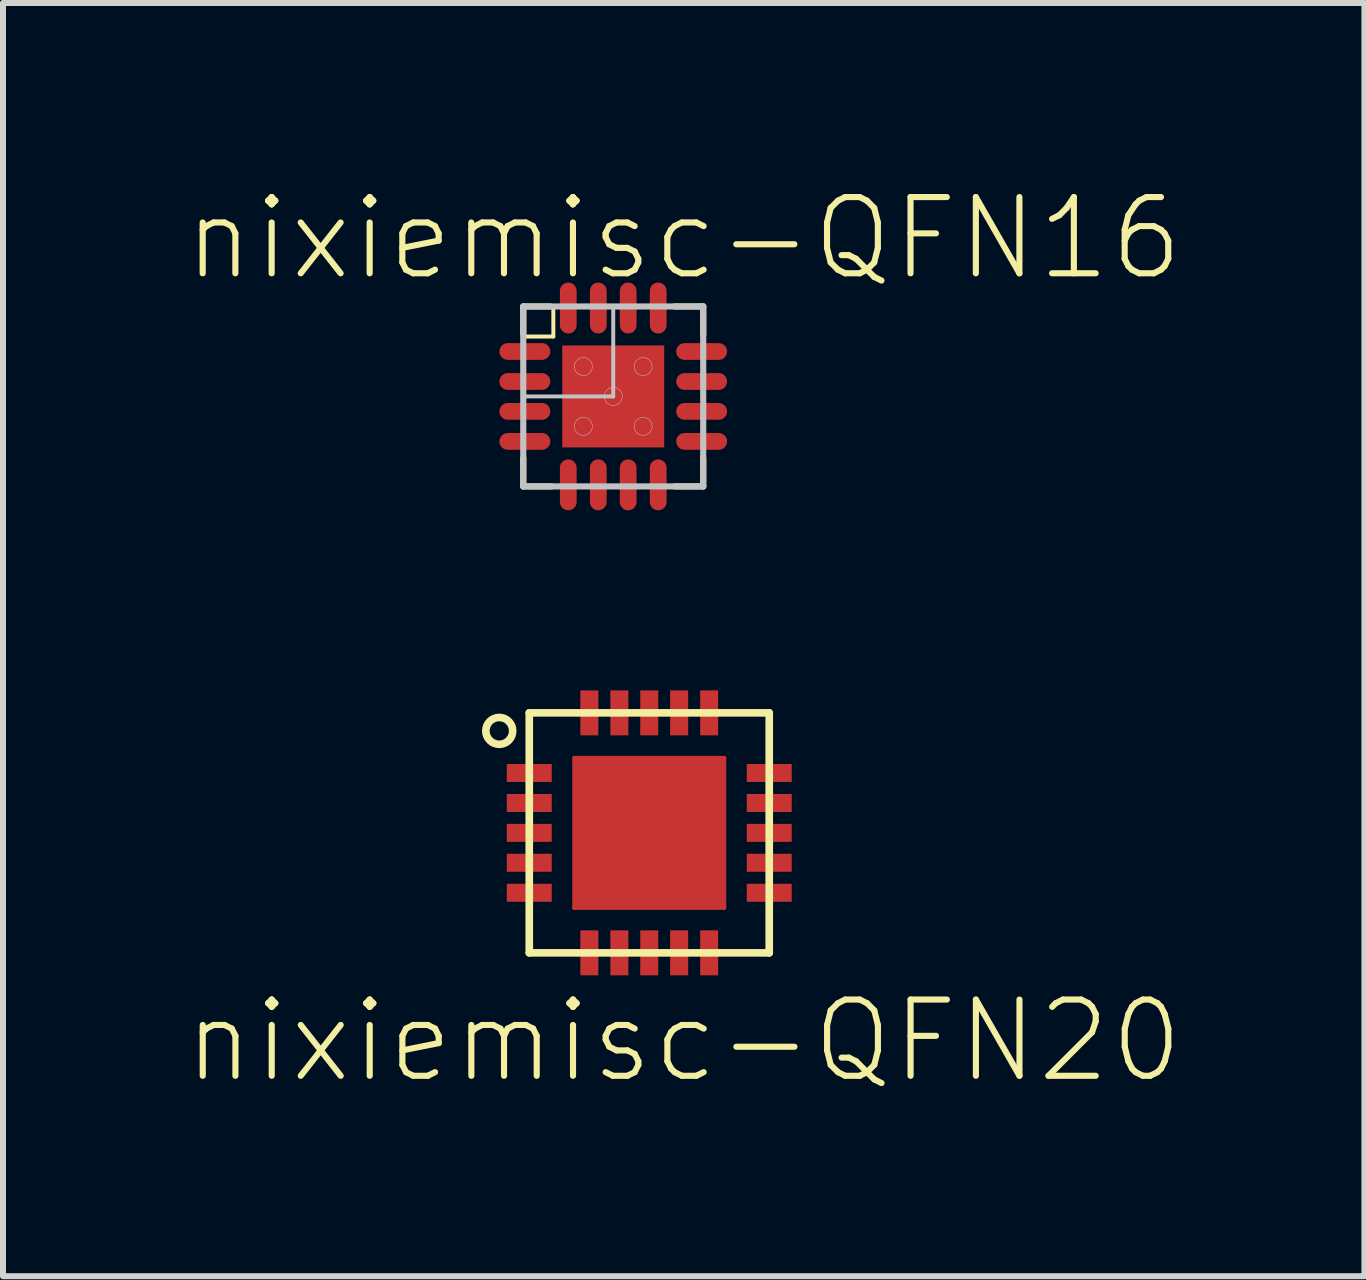
<source format=kicad_pcb>
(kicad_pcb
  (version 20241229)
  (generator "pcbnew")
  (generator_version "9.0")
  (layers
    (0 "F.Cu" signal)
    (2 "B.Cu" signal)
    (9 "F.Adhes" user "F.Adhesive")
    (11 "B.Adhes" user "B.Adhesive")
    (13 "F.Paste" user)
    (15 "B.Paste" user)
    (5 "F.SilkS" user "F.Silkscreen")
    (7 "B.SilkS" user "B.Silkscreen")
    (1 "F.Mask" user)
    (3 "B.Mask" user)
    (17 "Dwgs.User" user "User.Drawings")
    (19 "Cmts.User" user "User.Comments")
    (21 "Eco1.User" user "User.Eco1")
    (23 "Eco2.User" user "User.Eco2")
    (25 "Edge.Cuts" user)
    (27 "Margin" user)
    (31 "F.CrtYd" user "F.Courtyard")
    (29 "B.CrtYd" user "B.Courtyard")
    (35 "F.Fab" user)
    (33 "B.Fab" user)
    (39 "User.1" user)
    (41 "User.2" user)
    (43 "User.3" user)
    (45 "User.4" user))
  (footprint "nixiemisc-QFN20"
    (layer "F.Cu")
    (at 7.767 10.826)
    (property "Reference" "nixiemisc-QFN20" (at 0.574 3.465 0) (unlocked yes) (layer "F.SilkS") (effects (font (size 1.27 1.27) (thickness 0.102))))
    (attr smd)
    (fp_line (start -1.25 -1.25) (end 1.25 -1.25) (stroke (width 0.066) (type solid)) (layer "F.Cu"))
    (fp_line (start -1.25 1.25) (end -1.25 -1.25) (stroke (width 0.066) (type solid)) (layer "F.Cu"))
    (fp_line (start -1.25 1.25) (end 1.25 1.25) (stroke (width 0.066) (type solid)) (layer "F.Cu"))
    (fp_line (start 1.25 1.25) (end 1.25 -1.25) (stroke (width 0.066) (type solid)) (layer "F.Cu"))
    (fp_line (start -1.298 -1.298) (end 1.298 -1.298) (stroke (width 0.066) (type solid)) (layer "F.Mask"))
    (fp_line (start -1.298 1.298) (end -1.298 -1.298) (stroke (width 0.066) (type solid)) (layer "F.Mask"))
    (fp_line (start -1.298 1.298) (end 1.298 1.298) (stroke (width 0.066) (type solid)) (layer "F.Mask"))
    (fp_line (start 1.298 1.298) (end 1.298 -1.298) (stroke (width 0.066) (type solid)) (layer "F.Mask"))
    (fp_line (start -1.999 -1.999) (end 1.999 -1.999) (stroke (width 0.127) (type solid)) (layer "F.SilkS"))
    (fp_line (start -1.999 1.999) (end -1.999 -1.999) (stroke (width 0.127) (type solid)) (layer "F.SilkS"))
    (fp_line (start 1.999 -1.999) (end 1.999 1.999) (stroke (width 0.127) (type solid)) (layer "F.SilkS"))
    (fp_line (start 1.999 1.999) (end -1.999 1.999) (stroke (width 0.127) (type solid)) (layer "F.SilkS"))
    (fp_circle (center -2.499 -1.699) (end -2.499 -1.923) (stroke (width 0.127) (type solid)) (fill no) (layer "F.SilkS"))
    (fp_line (start -1.199 -1.199) (end -0.399 -1.199) (stroke (width 0.066) (type solid)) (layer "F.Paste"))
    (fp_line (start -1.199 -0.399) (end -1.199 -1.199) (stroke (width 0.066) (type solid)) (layer "F.Paste"))
    (fp_line (start -1.199 -0.399) (end -0.399 -0.399) (stroke (width 0.066) (type solid)) (layer "F.Paste"))
    (fp_line (start -1.199 0.399) (end -0.399 0.399) (stroke (width 0.066) (type solid)) (layer "F.Paste"))
    (fp_line (start -1.199 1.199) (end -1.199 0.399) (stroke (width 0.066) (type solid)) (layer "F.Paste"))
    (fp_line (start -1.199 1.199) (end -0.399 1.199) (stroke (width 0.066) (type solid)) (layer "F.Paste"))
    (fp_line (start -0.399 -0.399) (end -0.399 -1.199) (stroke (width 0.066) (type solid)) (layer "F.Paste"))
    (fp_line (start -0.399 1.199) (end -0.399 0.399) (stroke (width 0.066) (type solid)) (layer "F.Paste"))
    (fp_line (start 0.399 -1.199) (end 1.199 -1.199) (stroke (width 0.066) (type solid)) (layer "F.Paste"))
    (fp_line (start 0.399 -0.399) (end 0.399 -1.199) (stroke (width 0.066) (type solid)) (layer "F.Paste"))
    (fp_line (start 0.399 -0.399) (end 1.199 -0.399) (stroke (width 0.066) (type solid)) (layer "F.Paste"))
    (fp_line (start 0.399 0.399) (end 1.199 0.399) (stroke (width 0.066) (type solid)) (layer "F.Paste"))
    (fp_line (start 0.399 1.199) (end 0.399 0.399) (stroke (width 0.066) (type solid)) (layer "F.Paste"))
    (fp_line (start 0.399 1.199) (end 1.199 1.199) (stroke (width 0.066) (type solid)) (layer "F.Paste"))
    (fp_line (start 1.199 -0.399) (end 1.199 -1.199) (stroke (width 0.066) (type solid)) (layer "F.Paste"))
    (fp_line (start 1.199 1.199) (end 1.199 0.399) (stroke (width 0.066) (type solid)) (layer "F.Paste"))
    (pad "1" smd rect (at -1.999 -0.998) (size 0.749 0.3) (layers "F.Cu" "F.Mask" "F.Paste"))
    (pad "2" smd rect (at -1.999 -0.498) (size 0.749 0.3) (layers "F.Cu" "F.Mask" "F.Paste"))
    (pad "3" smd rect (at -1.999 0) (size 0.749 0.3) (layers "F.Cu" "F.Mask" "F.Paste"))
    (pad "4" smd rect (at -1.999 0.498) (size 0.749 0.3) (layers "F.Cu" "F.Mask" "F.Paste"))
    (pad "5" smd rect (at -1.999 0.998) (size 0.749 0.3) (layers "F.Cu" "F.Mask" "F.Paste"))
    (pad "6" smd rect (at -0.998 1.999 90) (size 0.749 0.3) (layers "F.Cu" "F.Mask" "F.Paste"))
    (pad "7" smd rect (at -0.498 1.999 90) (size 0.749 0.3) (layers "F.Cu" "F.Mask" "F.Paste"))
    (pad "8" smd rect (at 0 1.999 90) (size 0.749 0.3) (layers "F.Cu" "F.Mask" "F.Paste"))
    (pad "9" smd rect (at 0.498 1.999 90) (size 0.749 0.3) (layers "F.Cu" "F.Mask" "F.Paste"))
    (pad "10" smd rect (at 0.998 1.999 90) (size 0.749 0.3) (layers "F.Cu" "F.Mask" "F.Paste"))
    (pad "11" smd rect (at 1.999 0.998 180) (size 0.749 0.3) (layers "F.Cu" "F.Mask" "F.Paste"))
    (pad "12" smd rect (at 1.999 0.498 180) (size 0.749 0.3) (layers "F.Cu" "F.Mask" "F.Paste"))
    (pad "13" smd rect (at 1.999 0 180) (size 0.749 0.3) (layers "F.Cu" "F.Mask" "F.Paste"))
    (pad "14" smd rect (at 1.999 -0.498 180) (size 0.749 0.3) (layers "F.Cu" "F.Mask" "F.Paste"))
    (pad "15" smd rect (at 1.999 -0.998 180) (size 0.749 0.3) (layers "F.Cu" "F.Mask" "F.Paste"))
    (pad "16" smd rect (at 0.998 -1.999 270) (size 0.749 0.3) (layers "F.Cu" "F.Mask" "F.Paste"))
    (pad "17" smd rect (at 0.498 -1.999 270) (size 0.749 0.3) (layers "F.Cu" "F.Mask" "F.Paste"))
    (pad "18" smd rect (at 0 -1.999 270) (size 0.749 0.3) (layers "F.Cu" "F.Mask" "F.Paste"))
    (pad "19" smd rect (at -0.498 -1.999 270) (size 0.749 0.3) (layers "F.Cu" "F.Mask" "F.Paste"))
    (pad "20" smd rect (at -0.998 -1.999 270) (size 0.749 0.3) (layers "F.Cu" "F.Mask" "F.Paste"))
    (pad "EXP" smd rect (at 0 0) (size 2.499 2.499) (layers "F.Cu" "F.Mask" "F.Paste")))
  (footprint "nixiemisc-QFN16"
    (layer "F.Cu")
    (at 7.167 3.555)
    (property "Reference" "nixiemisc-QFN16" (at 1.173 -2.634 0) (unlocked yes) (layer "F.SilkS") (effects (font (size 1.27 1.27) (thickness 0.102))))
    (attr smd)
    (fp_line (start -0.874 -0.874) (end 0.874 -0.874) (stroke (width 0.066) (type solid)) (layer "F.Mask"))
    (fp_line (start -0.874 0.874) (end -0.874 -0.874) (stroke (width 0.066) (type solid)) (layer "F.Mask"))
    (fp_line (start -0.874 0.874) (end 0.874 0.874) (stroke (width 0.066) (type solid)) (layer "F.Mask"))
    (fp_line (start 0.874 0.874) (end 0.874 -0.874) (stroke (width 0.066) (type solid)) (layer "F.Mask"))
    (fp_line (start -1.499 -1.499) (end -1.049 -1.499) (stroke (width 0.102) (type solid)) (layer "F.SilkS"))
    (fp_line (start -1.499 -1.499) (end -0.998 -1.499) (stroke (width 0.066) (type solid)) (layer "F.SilkS"))
    (fp_line (start -1.499 -1.049) (end -1.499 -1.499) (stroke (width 0.102) (type solid)) (layer "F.SilkS"))
    (fp_line (start -1.499 -0.998) (end -1.499 -1.499) (stroke (width 0.066) (type solid)) (layer "F.SilkS"))
    (fp_line (start -1.499 -0.998) (end -0.998 -0.998) (stroke (width 0.066) (type solid)) (layer "F.SilkS"))
    (fp_line (start -1.499 1.499) (end -1.499 1.024) (stroke (width 0.102) (type solid)) (layer "F.SilkS"))
    (fp_line (start -1.024 1.499) (end -1.499 1.499) (stroke (width 0.102) (type solid)) (layer "F.SilkS"))
    (fp_line (start -0.998 -0.998) (end -0.998 -1.499) (stroke (width 0.066) (type solid)) (layer "F.SilkS"))
    (fp_line (start 1.024 -1.499) (end 1.499 -1.499) (stroke (width 0.102) (type solid)) (layer "F.SilkS"))
    (fp_line (start 1.499 -1.499) (end 1.499 -1.024) (stroke (width 0.102) (type solid)) (layer "F.SilkS"))
    (fp_line (start 1.499 1.024) (end 1.499 1.499) (stroke (width 0.102) (type solid)) (layer "F.SilkS"))
    (fp_line (start 1.499 1.499) (end 1.024 1.499) (stroke (width 0.102) (type solid)) (layer "F.SilkS"))
    (fp_line (start -0.798 -0.099) (end -0.798 -0.798) (stroke (width 0.066) (type solid)) (layer "F.Paste"))
    (fp_line (start -0.798 0.099) (end -0.798 0.798) (stroke (width 0.066) (type solid)) (layer "F.Paste"))
    (fp_line (start -0.099 -0.798) (end -0.798 -0.798) (stroke (width 0.066) (type solid)) (layer "F.Paste"))
    (fp_line (start -0.099 -0.099) (end -0.798 -0.099) (stroke (width 0.066) (type solid)) (layer "F.Paste"))
    (fp_line (start -0.099 -0.099) (end -0.099 -0.798) (stroke (width 0.066) (type solid)) (layer "F.Paste"))
    (fp_line (start -0.099 0.099) (end -0.798 0.099) (stroke (width 0.066) (type solid)) (layer "F.Paste"))
    (fp_line (start -0.099 0.099) (end -0.099 0.798) (stroke (width 0.066) (type solid)) (layer "F.Paste"))
    (fp_line (start -0.099 0.798) (end -0.798 0.798) (stroke (width 0.066) (type solid)) (layer "F.Paste"))
    (fp_line (start 0.099 -0.798) (end 0.798 -0.798) (stroke (width 0.066) (type solid)) (layer "F.Paste"))
    (fp_line (start 0.099 -0.099) (end 0.099 -0.798) (stroke (width 0.066) (type solid)) (layer "F.Paste"))
    (fp_line (start 0.099 -0.099) (end 0.798 -0.099) (stroke (width 0.066) (type solid)) (layer "F.Paste"))
    (fp_line (start 0.099 0.099) (end 0.099 0.798) (stroke (width 0.066) (type solid)) (layer "F.Paste"))
    (fp_line (start 0.099 0.099) (end 0.798 0.099) (stroke (width 0.066) (type solid)) (layer "F.Paste"))
    (fp_line (start 0.099 0.798) (end 0.798 0.798) (stroke (width 0.066) (type solid)) (layer "F.Paste"))
    (fp_line (start 0.798 -0.099) (end 0.798 -0.798) (stroke (width 0.066) (type solid)) (layer "F.Paste"))
    (fp_line (start 0.798 0.099) (end 0.798 0.798) (stroke (width 0.066) (type solid)) (layer "F.Paste"))
    (fp_line (start -1.499 -1.499) (end 0 -1.499) (stroke (width 0.066) (type solid)) (layer "Dwgs.User"))
    (fp_line (start -1.499 -1.499) (end 1.499 -1.499) (stroke (width 0.102) (type solid)) (layer "Dwgs.User"))
    (fp_line (start -1.499 0) (end -1.499 -1.499) (stroke (width 0.066) (type solid)) (layer "Dwgs.User"))
    (fp_line (start -1.499 0) (end 0 0) (stroke (width 0.066) (type solid)) (layer "Dwgs.User"))
    (fp_line (start -1.499 1.499) (end -1.499 -1.499) (stroke (width 0.102) (type solid)) (layer "Dwgs.User"))
    (fp_line (start 0 0) (end 0 -1.499) (stroke (width 0.066) (type solid)) (layer "Dwgs.User"))
    (fp_line (start 1.499 -1.499) (end 1.499 1.499) (stroke (width 0.102) (type solid)) (layer "Dwgs.User"))
    (fp_line (start 1.499 1.499) (end -1.499 1.499) (stroke (width 0.102) (type solid)) (layer "Dwgs.User"))
    (fp_circle (center -0.498 -0.498) (end -0.498 -0.648) (stroke (width 0.008) (type solid)) (fill no) (layer "Dwgs.User"))
    (fp_circle (center -0.498 0.498) (end -0.498 0.348) (stroke (width 0.008) (type solid)) (fill no) (layer "Dwgs.User"))
    (fp_circle (center 0 0) (end 0 -0.15) (stroke (width 0.008) (type solid)) (fill no) (layer "Dwgs.User"))
    (fp_circle (center 0.498 -0.498) (end 0.498 -0.648) (stroke (width 0.008) (type solid)) (fill no) (layer "Dwgs.User"))
    (fp_circle (center 0.498 0.498) (end 0.498 0.348) (stroke (width 0.008) (type solid)) (fill no) (layer "Dwgs.User"))
    (pad "1" smd oval (at -1.473 -0.749) (size 0.848 0.279) (layers "F.Cu" "F.Mask" "F.Paste"))
    (pad "2" smd oval (at -1.473 -0.249) (size 0.848 0.279) (layers "F.Cu" "F.Mask" "F.Paste"))
    (pad "3" smd oval (at -1.473 0.249) (size 0.848 0.279) (layers "F.Cu" "F.Mask" "F.Paste"))
    (pad "4" smd oval (at -1.473 0.749) (size 0.848 0.279) (layers "F.Cu" "F.Mask" "F.Paste"))
    (pad "5" smd oval (at -0.749 1.473 90) (size 0.848 0.279) (layers "F.Cu" "F.Mask" "F.Paste"))
    (pad "6" smd oval (at -0.249 1.473 90) (size 0.848 0.279) (layers "F.Cu" "F.Mask" "F.Paste"))
    (pad "7" smd oval (at 0.249 1.473 90) (size 0.848 0.279) (layers "F.Cu" "F.Mask" "F.Paste"))
    (pad "8" smd oval (at 0.749 1.473 90) (size 0.848 0.279) (layers "F.Cu" "F.Mask" "F.Paste"))
    (pad "9" smd oval (at 1.473 0.749 180) (size 0.848 0.279) (layers "F.Cu" "F.Mask" "F.Paste"))
    (pad "10" smd oval (at 1.473 0.249 180) (size 0.848 0.279) (layers "F.Cu" "F.Mask" "F.Paste"))
    (pad "11" smd oval (at 1.473 -0.249 180) (size 0.848 0.279) (layers "F.Cu" "F.Mask" "F.Paste"))
    (pad "12" smd oval (at 1.473 -0.749 180) (size 0.848 0.279) (layers "F.Cu" "F.Mask" "F.Paste"))
    (pad "13" smd oval (at 0.749 -1.473 270) (size 0.848 0.279) (layers "F.Cu" "F.Mask" "F.Paste"))
    (pad "14" smd oval (at 0.249 -1.473 270) (size 0.848 0.279) (layers "F.Cu" "F.Mask" "F.Paste"))
    (pad "15" smd oval (at -0.249 -1.473 270) (size 0.848 0.279) (layers "F.Cu" "F.Mask" "F.Paste"))
    (pad "16" smd oval (at -0.749 -1.473 270) (size 0.848 0.279) (layers "F.Cu" "F.Mask" "F.Paste"))
    (pad "TH" smd rect (at 0 0) (size 1.699 1.699) (layers "F.Cu" "F.Mask" "F.Paste")))
  (gr_rect
    (start -3 -3)
    (end 19.682 18.212)
    (stroke (width 0.1) (type default))
    (fill no)
    (layer "Edge.Cuts")))
</source>
